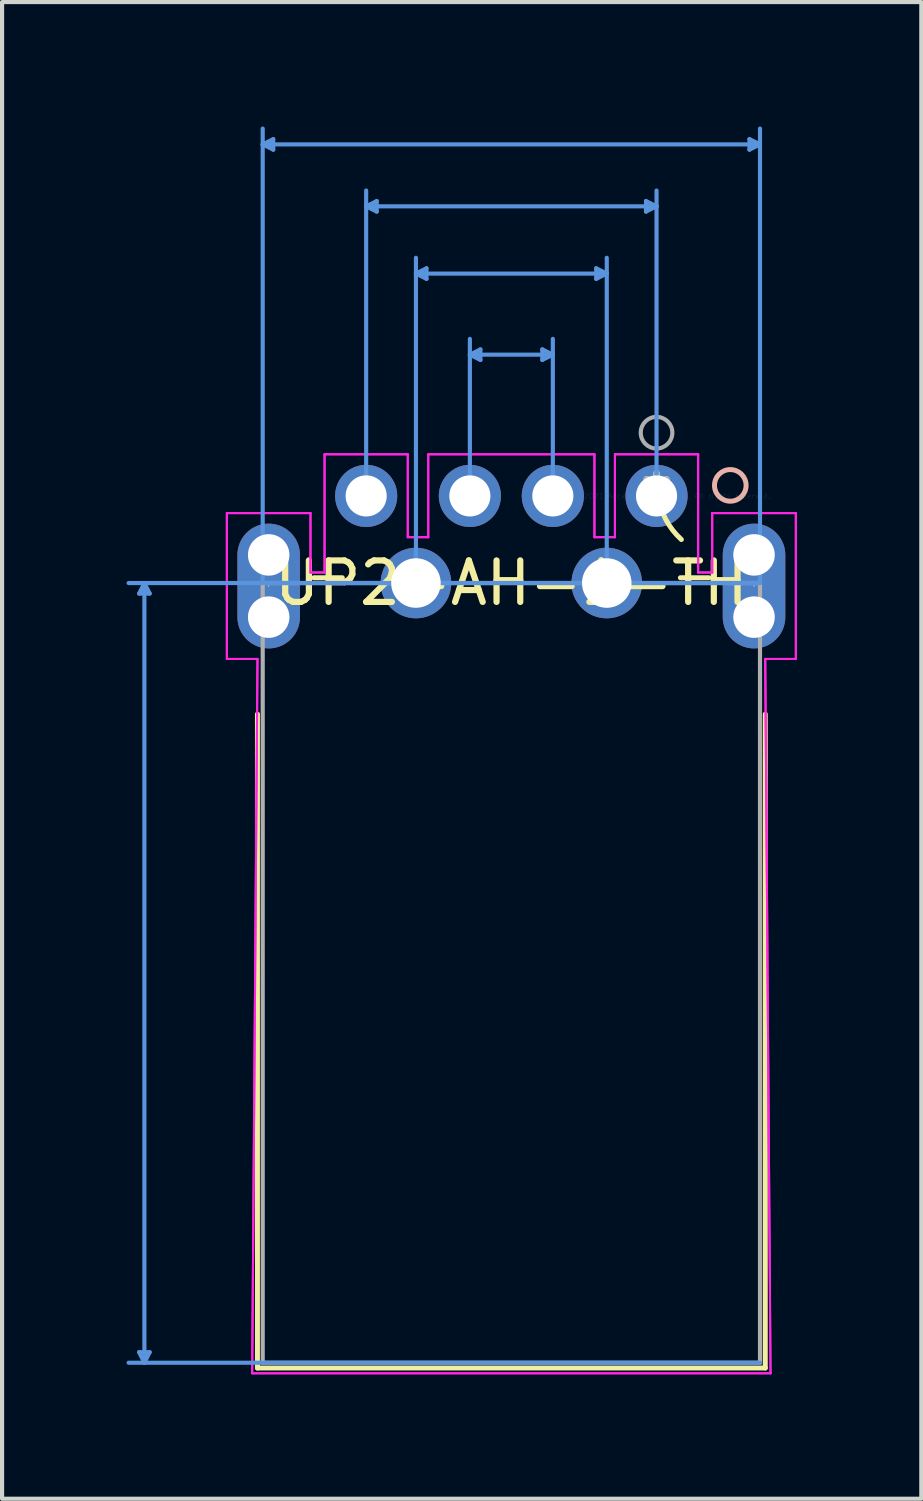
<source format=kicad_pcb>
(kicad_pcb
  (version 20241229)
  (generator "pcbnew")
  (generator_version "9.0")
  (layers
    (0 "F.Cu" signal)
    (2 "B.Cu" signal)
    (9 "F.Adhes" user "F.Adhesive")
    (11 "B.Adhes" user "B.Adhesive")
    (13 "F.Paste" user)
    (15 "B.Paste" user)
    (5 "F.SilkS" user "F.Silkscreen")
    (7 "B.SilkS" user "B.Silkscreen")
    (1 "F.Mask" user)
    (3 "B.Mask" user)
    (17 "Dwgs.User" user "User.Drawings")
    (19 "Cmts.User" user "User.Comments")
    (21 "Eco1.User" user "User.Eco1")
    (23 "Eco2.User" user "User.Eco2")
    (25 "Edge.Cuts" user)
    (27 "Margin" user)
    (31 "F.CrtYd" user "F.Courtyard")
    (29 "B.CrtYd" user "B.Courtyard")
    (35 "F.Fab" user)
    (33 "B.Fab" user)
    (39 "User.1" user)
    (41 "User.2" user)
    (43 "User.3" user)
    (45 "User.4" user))
  (footprint "UP2-AH-1-TH"
    (layer "F.Cu")
    (at 12.777 8.905)
    (property "Reference" "UP2-AH-1-TH" (at -3.5 2.1 0) (layer "F.SilkS") (effects (font (size 1 1) (thickness 0.15))))
    (attr through_hole)
    (fp_line (start -9.621 5.261) (end -9.621 21.023) (stroke (width 0.12) (type solid)) (layer "F.SilkS"))
    (fp_line (start -9.621 21.023) (end 2.621 21.023) (stroke (width 0.12) (type solid)) (layer "F.SilkS"))
    (fp_line (start -7.575 1.973) (end -8.263 1.973) (stroke (width 0.12) (type solid)) (layer "F.SilkS"))
    (fp_line (start 1.263 1.973) (end 0.575 1.973) (stroke (width 0.12) (type solid)) (layer "F.SilkS"))
    (fp_line (start 2.621 21.023) (end 2.621 5.261) (stroke (width 0.12) (type solid)) (layer "F.SilkS"))
    (fp_arc (start 0.598247 1.050677) (mid 0.22391 0.569896) (end 0.036064 -0.009753) (stroke (width 0.12) (type solid)) (layer "F.SilkS"))
    (fp_circle (center 1.778 -0.254) (end 2.159 -0.254) (stroke (width 0.12) (type solid)) (fill no) (layer "B.SilkS"))
    (fp_line (start -12.473 20.642) (end -12.346 20.896) (stroke (width 0.1) (type solid)) (layer "Cmts.User"))
    (fp_line (start -12.473 2.354) (end -12.346 2.1) (stroke (width 0.1) (type solid)) (layer "Cmts.User"))
    (fp_line (start -12.473 2.354) (end -12.219 2.354) (stroke (width 0.1) (type solid)) (layer "Cmts.User"))
    (fp_line (start -12.346 20.896) (end -12.346 2.1) (stroke (width 0.1) (type solid)) (layer "Cmts.User"))
    (fp_line (start -12.219 20.642) (end -12.473 20.642) (stroke (width 0.1) (type solid)) (layer "Cmts.User"))
    (fp_line (start -12.219 20.642) (end -12.346 20.896) (stroke (width 0.1) (type solid)) (layer "Cmts.User"))
    (fp_line (start -12.219 2.354) (end -12.346 2.1) (stroke (width 0.1) (type solid)) (layer "Cmts.User"))
    (fp_line (start -9.494 -8.474) (end 2.494 -8.474) (stroke (width 0.1) (type solid)) (layer "Cmts.User"))
    (fp_line (start -9.494 2.1) (end -9.494 -8.855) (stroke (width 0.1) (type solid)) (layer "Cmts.User"))
    (fp_line (start -9.24 -8.347) (end -9.494 -8.474) (stroke (width 0.1) (type solid)) (layer "Cmts.User"))
    (fp_line (start -9.24 -8.347) (end -9.24 -8.601) (stroke (width 0.1) (type solid)) (layer "Cmts.User"))
    (fp_line (start -9.24 -8.601) (end -9.494 -8.474) (stroke (width 0.1) (type solid)) (layer "Cmts.User"))
    (fp_line (start -7 -6.981) (end -0.000026 -6.981) (stroke (width 0.1) (type solid)) (layer "Cmts.User"))
    (fp_line (start -7 0) (end -7 -7.362) (stroke (width 0.1) (type solid)) (layer "Cmts.User"))
    (fp_line (start -6.746 -7.108) (end -7 -6.981) (stroke (width 0.1) (type solid)) (layer "Cmts.User"))
    (fp_line (start -6.746 -6.854) (end -7 -6.981) (stroke (width 0.1) (type solid)) (layer "Cmts.User"))
    (fp_line (start -6.746 -6.854) (end -6.746 -7.108) (stroke (width 0.1) (type solid)) (layer "Cmts.User"))
    (fp_line (start -5.8 -5.36) (end -1.2 -5.36) (stroke (width 0.1) (type solid)) (layer "Cmts.User"))
    (fp_line (start -5.8 2.1) (end -5.8 -5.741) (stroke (width 0.1) (type solid)) (layer "Cmts.User"))
    (fp_line (start -5.546 -5.233) (end -5.8 -5.36) (stroke (width 0.1) (type solid)) (layer "Cmts.User"))
    (fp_line (start -5.546 -5.233) (end -5.546 -5.487) (stroke (width 0.1) (type solid)) (layer "Cmts.User"))
    (fp_line (start -5.546 -5.487) (end -5.8 -5.36) (stroke (width 0.1) (type solid)) (layer "Cmts.User"))
    (fp_line (start -4.5 -3.405) (end -2.5 -3.405) (stroke (width 0.1) (type solid)) (layer "Cmts.User"))
    (fp_line (start -4.5 0) (end -4.5 -3.786) (stroke (width 0.1) (type solid)) (layer "Cmts.User"))
    (fp_line (start -4.246 -3.278) (end -4.5 -3.405) (stroke (width 0.1) (type solid)) (layer "Cmts.User"))
    (fp_line (start -4.246 -3.278) (end -4.246 -3.532) (stroke (width 0.1) (type solid)) (layer "Cmts.User"))
    (fp_line (start -4.246 -3.532) (end -4.5 -3.405) (stroke (width 0.1) (type solid)) (layer "Cmts.User"))
    (fp_line (start -2.754 -3.278) (end -2.5 -3.405) (stroke (width 0.1) (type solid)) (layer "Cmts.User"))
    (fp_line (start -2.754 -3.532) (end -2.754 -3.278) (stroke (width 0.1) (type solid)) (layer "Cmts.User"))
    (fp_line (start -2.754 -3.532) (end -2.5 -3.405) (stroke (width 0.1) (type solid)) (layer "Cmts.User"))
    (fp_line (start -2.5 0) (end -2.5 -3.786) (stroke (width 0.1) (type solid)) (layer "Cmts.User"))
    (fp_line (start -1.454 -5.233) (end -1.2 -5.36) (stroke (width 0.1) (type solid)) (layer "Cmts.User"))
    (fp_line (start -1.454 -5.487) (end -1.454 -5.233) (stroke (width 0.1) (type solid)) (layer "Cmts.User"))
    (fp_line (start -1.454 -5.487) (end -1.2 -5.36) (stroke (width 0.1) (type solid)) (layer "Cmts.User"))
    (fp_line (start -1.2 2.1) (end -1.2 -5.741) (stroke (width 0.1) (type solid)) (layer "Cmts.User"))
    (fp_line (start -0.254 -6.854) (end -0.000026 -6.981) (stroke (width 0.1) (type solid)) (layer "Cmts.User"))
    (fp_line (start -0.254 -7.108) (end -0.254 -6.854) (stroke (width 0.1) (type solid)) (layer "Cmts.User"))
    (fp_line (start -0.254 -7.108) (end -0.000026 -6.981) (stroke (width 0.1) (type solid)) (layer "Cmts.User"))
    (fp_line (start 0 0) (end -0.000027 -7.362) (stroke (width 0.1) (type solid)) (layer "Cmts.User"))
    (fp_line (start 2.24 -8.347) (end 2.494 -8.474) (stroke (width 0.1) (type solid)) (layer "Cmts.User"))
    (fp_line (start 2.24 -8.601) (end 2.24 -8.347) (stroke (width 0.1) (type solid)) (layer "Cmts.User"))
    (fp_line (start 2.24 -8.601) (end 2.494 -8.474) (stroke (width 0.1) (type solid)) (layer "Cmts.User"))
    (fp_line (start 2.494 2.1) (end -12.727 2.1) (stroke (width 0.1) (type solid)) (layer "Cmts.User"))
    (fp_line (start 2.494 2.1) (end 2.494 -8.855) (stroke (width 0.1) (type solid)) (layer "Cmts.User"))
    (fp_line (start 2.494 20.896) (end -12.727 20.896) (stroke (width 0.1) (type solid)) (layer "Cmts.User"))
    (fp_line (start -10.358 0.414) (end -10.358 3.93) (stroke (width 0.05) (type solid)) (layer "F.CrtYd"))
    (fp_line (start -10.358 0.414) (end -10.358 3.93) (stroke (width 0.05) (type solid)) (layer "F.CrtYd"))
    (fp_line (start -10.358 3.93) (end -9.62 3.93) (stroke (width 0.05) (type solid)) (layer "F.CrtYd"))
    (fp_line (start -10.358 3.93) (end -9.62 3.93) (stroke (width 0.05) (type solid)) (layer "F.CrtYd"))
    (fp_line (start -9.748 21.15) (end 2.748 21.15) (stroke (width 0.05) (type solid)) (layer "F.CrtYd"))
    (fp_line (start -9.748 21.15) (end 2.748 21.15) (stroke (width 0.05) (type solid)) (layer "F.CrtYd"))
    (fp_line (start -9.62 3.93) (end -9.748 21.15) (stroke (width 0.05) (type solid)) (layer "F.CrtYd"))
    (fp_line (start -9.62 3.93) (end -9.748 21.15) (stroke (width 0.05) (type solid)) (layer "F.CrtYd"))
    (fp_line (start -8.342 0.414) (end -10.358 0.414) (stroke (width 0.05) (type solid)) (layer "F.CrtYd"))
    (fp_line (start -8.342 0.414) (end -10.358 0.414) (stroke (width 0.05) (type solid)) (layer "F.CrtYd"))
    (fp_line (start -8.342 1.846) (end -8.342 0.414) (stroke (width 0.05) (type solid)) (layer "F.CrtYd"))
    (fp_line (start -8.342 1.846) (end -8.342 0.414) (stroke (width 0.05) (type solid)) (layer "F.CrtYd"))
    (fp_line (start -8.003 -1.003) (end -8.003 1.846) (stroke (width 0.05) (type solid)) (layer "F.CrtYd"))
    (fp_line (start -8.003 -1.003) (end -8.003 1.846) (stroke (width 0.05) (type solid)) (layer "F.CrtYd"))
    (fp_line (start -8.003 1.846) (end -8.342 1.846) (stroke (width 0.05) (type solid)) (layer "F.CrtYd"))
    (fp_line (start -8.003 1.846) (end -8.342 1.846) (stroke (width 0.05) (type solid)) (layer "F.CrtYd"))
    (fp_line (start -5.997 -1.003) (end -8.003 -1.003) (stroke (width 0.05) (type solid)) (layer "F.CrtYd"))
    (fp_line (start -5.997 -1.003) (end -8.003 -1.003) (stroke (width 0.05) (type solid)) (layer "F.CrtYd"))
    (fp_line (start -5.997 0.995) (end -5.997 -1.003) (stroke (width 0.05) (type solid)) (layer "F.CrtYd"))
    (fp_line (start -5.997 0.995) (end -5.997 -1.003) (stroke (width 0.05) (type solid)) (layer "F.CrtYd"))
    (fp_line (start -5.503 -1.003) (end -5.503 0.995) (stroke (width 0.05) (type solid)) (layer "F.CrtYd"))
    (fp_line (start -5.503 -1.003) (end -5.503 0.995) (stroke (width 0.05) (type solid)) (layer "F.CrtYd"))
    (fp_line (start -5.503 0.995) (end -5.997 0.995) (stroke (width 0.05) (type solid)) (layer "F.CrtYd"))
    (fp_line (start -5.503 0.995) (end -5.997 0.995) (stroke (width 0.05) (type solid)) (layer "F.CrtYd"))
    (fp_line (start -1.497 -1.003) (end -5.503 -1.003) (stroke (width 0.05) (type solid)) (layer "F.CrtYd"))
    (fp_line (start -1.497 -1.003) (end -5.503 -1.003) (stroke (width 0.05) (type solid)) (layer "F.CrtYd"))
    (fp_line (start -1.497 0.995) (end -1.497 -1.003) (stroke (width 0.05) (type solid)) (layer "F.CrtYd"))
    (fp_line (start -1.497 0.995) (end -1.497 -1.003) (stroke (width 0.05) (type solid)) (layer "F.CrtYd"))
    (fp_line (start -1.003 -1.003) (end -1.003 0.995) (stroke (width 0.05) (type solid)) (layer "F.CrtYd"))
    (fp_line (start -1.003 -1.003) (end -1.003 0.995) (stroke (width 0.05) (type solid)) (layer "F.CrtYd"))
    (fp_line (start -1.003 0.995) (end -1.497 0.995) (stroke (width 0.05) (type solid)) (layer "F.CrtYd"))
    (fp_line (start -1.003 0.995) (end -1.497 0.995) (stroke (width 0.05) (type solid)) (layer "F.CrtYd"))
    (fp_line (start 1.003 -1.003) (end -1.003 -1.003) (stroke (width 0.05) (type solid)) (layer "F.CrtYd"))
    (fp_line (start 1.003 -1.003) (end -1.003 -1.003) (stroke (width 0.05) (type solid)) (layer "F.CrtYd"))
    (fp_line (start 1.003 1.846) (end 1.003 -1.003) (stroke (width 0.05) (type solid)) (layer "F.CrtYd"))
    (fp_line (start 1.003 1.846) (end 1.003 -1.003) (stroke (width 0.05) (type solid)) (layer "F.CrtYd"))
    (fp_line (start 1.342 0.414) (end 1.342 1.846) (stroke (width 0.05) (type solid)) (layer "F.CrtYd"))
    (fp_line (start 1.342 0.414) (end 1.342 1.846) (stroke (width 0.05) (type solid)) (layer "F.CrtYd"))
    (fp_line (start 1.342 1.846) (end 1.003 1.846) (stroke (width 0.05) (type solid)) (layer "F.CrtYd"))
    (fp_line (start 1.342 1.846) (end 1.003 1.846) (stroke (width 0.05) (type solid)) (layer "F.CrtYd"))
    (fp_line (start 2.62 3.93) (end 3.358 3.93) (stroke (width 0.05) (type solid)) (layer "F.CrtYd"))
    (fp_line (start 2.62 3.93) (end 3.358 3.93) (stroke (width 0.05) (type solid)) (layer "F.CrtYd"))
    (fp_line (start 2.748 21.15) (end 2.62 3.93) (stroke (width 0.05) (type solid)) (layer "F.CrtYd"))
    (fp_line (start 2.748 21.15) (end 2.62 3.93) (stroke (width 0.05) (type solid)) (layer "F.CrtYd"))
    (fp_line (start 3.358 0.414) (end 1.342 0.414) (stroke (width 0.05) (type solid)) (layer "F.CrtYd"))
    (fp_line (start 3.358 0.414) (end 1.342 0.414) (stroke (width 0.05) (type solid)) (layer "F.CrtYd"))
    (fp_line (start 3.358 3.93) (end 3.358 0.414) (stroke (width 0.05) (type solid)) (layer "F.CrtYd"))
    (fp_line (start 3.358 3.93) (end 3.358 0.414) (stroke (width 0.05) (type solid)) (layer "F.CrtYd"))
    (fp_line (start -9.494 2.1) (end -9.494 20.896) (stroke (width 0.1) (type solid)) (layer "F.Fab"))
    (fp_line (start -9.494 20.896) (end 2.494 20.896) (stroke (width 0.1) (type solid)) (layer "F.Fab"))
    (fp_line (start 2.494 2.1) (end -9.494 2.1) (stroke (width 0.1) (type solid)) (layer "F.Fab"))
    (fp_line (start 2.494 20.896) (end 2.494 2.1) (stroke (width 0.1) (type solid)) (layer "F.Fab"))
    (fp_circle (center 0 -1.524) (end 0.381 -1.524) (stroke (width 0.1) (type solid)) (fill no) (layer "F.Fab"))
    (fp_text user "*" (at 0 0 0) (layer "F.SilkS") (effects (font (size 1 1) (thickness 0.15))))
    (fp_text user "Copyright 2021 Accelerated Designs. All rights reserved." (at 0 0 0) (layer "Cmts.User") (effects (font (size 0.127 0.127) (thickness 0.002))))
    (fp_text user "*" (at 0 0 0) (layer "F.Fab") (effects (font (size 1 1) (thickness 0.15))))
    (pad "" np_thru_hole circle (at -9.35 1.422) (size 1 1) (drill 1) (layers "*.Cu" "*.Mask"))
    (pad "" np_thru_hole circle (at -9.35 2.922) (size 1 1) (drill 1) (layers "*.Cu" "*.Mask"))
    (pad "" np_thru_hole circle (at 2.35 1.422) (size 1 1) (drill 1) (layers "*.Cu" "*.Mask"))
    (pad "" np_thru_hole circle (at 2.35 2.922) (size 1 1) (drill 1) (layers "*.Cu" "*.Mask"))
    (pad "1" thru_hole circle (at 0 0) (size 1.499 1.499) (drill 0.991) (layers "*.Cu" "*.Mask"))
    (pad "2" thru_hole circle (at -2.5 0) (size 1.499 1.499) (drill 0.991) (layers "*.Cu" "*.Mask"))
    (pad "3" thru_hole circle (at -4.5 0) (size 1.499 1.499) (drill 0.991) (layers "*.Cu" "*.Mask"))
    (pad "4" thru_hole circle (at -7 0) (size 1.499 1.499) (drill 0.991) (layers "*.Cu" "*.Mask"))
    (pad "5" thru_hole oval (at 2.35 2.172 90) (size 3.008 1.508) (drill 0.025) (layers "*.Cu" "*.Mask"))
    (pad "6" thru_hole oval (at -9.35 2.172 90) (size 3.008 1.508) (drill 0.025) (layers "*.Cu" "*.Mask"))
    (pad "7" thru_hole circle (at -1.2 2.1) (size 1.702 1.702) (drill 1.194) (layers "*.Cu" "*.Mask"))
    (pad "8" thru_hole circle (at -5.8 2.1) (size 1.702 1.702) (drill 1.194) (layers "*.Cu" "*.Mask")))
  (gr_rect
    (start -3 -3)
    (end 19.16 33.08)
    (stroke (width 0.1) (type default))
    (fill no)
    (layer "Edge.Cuts")))
</source>
